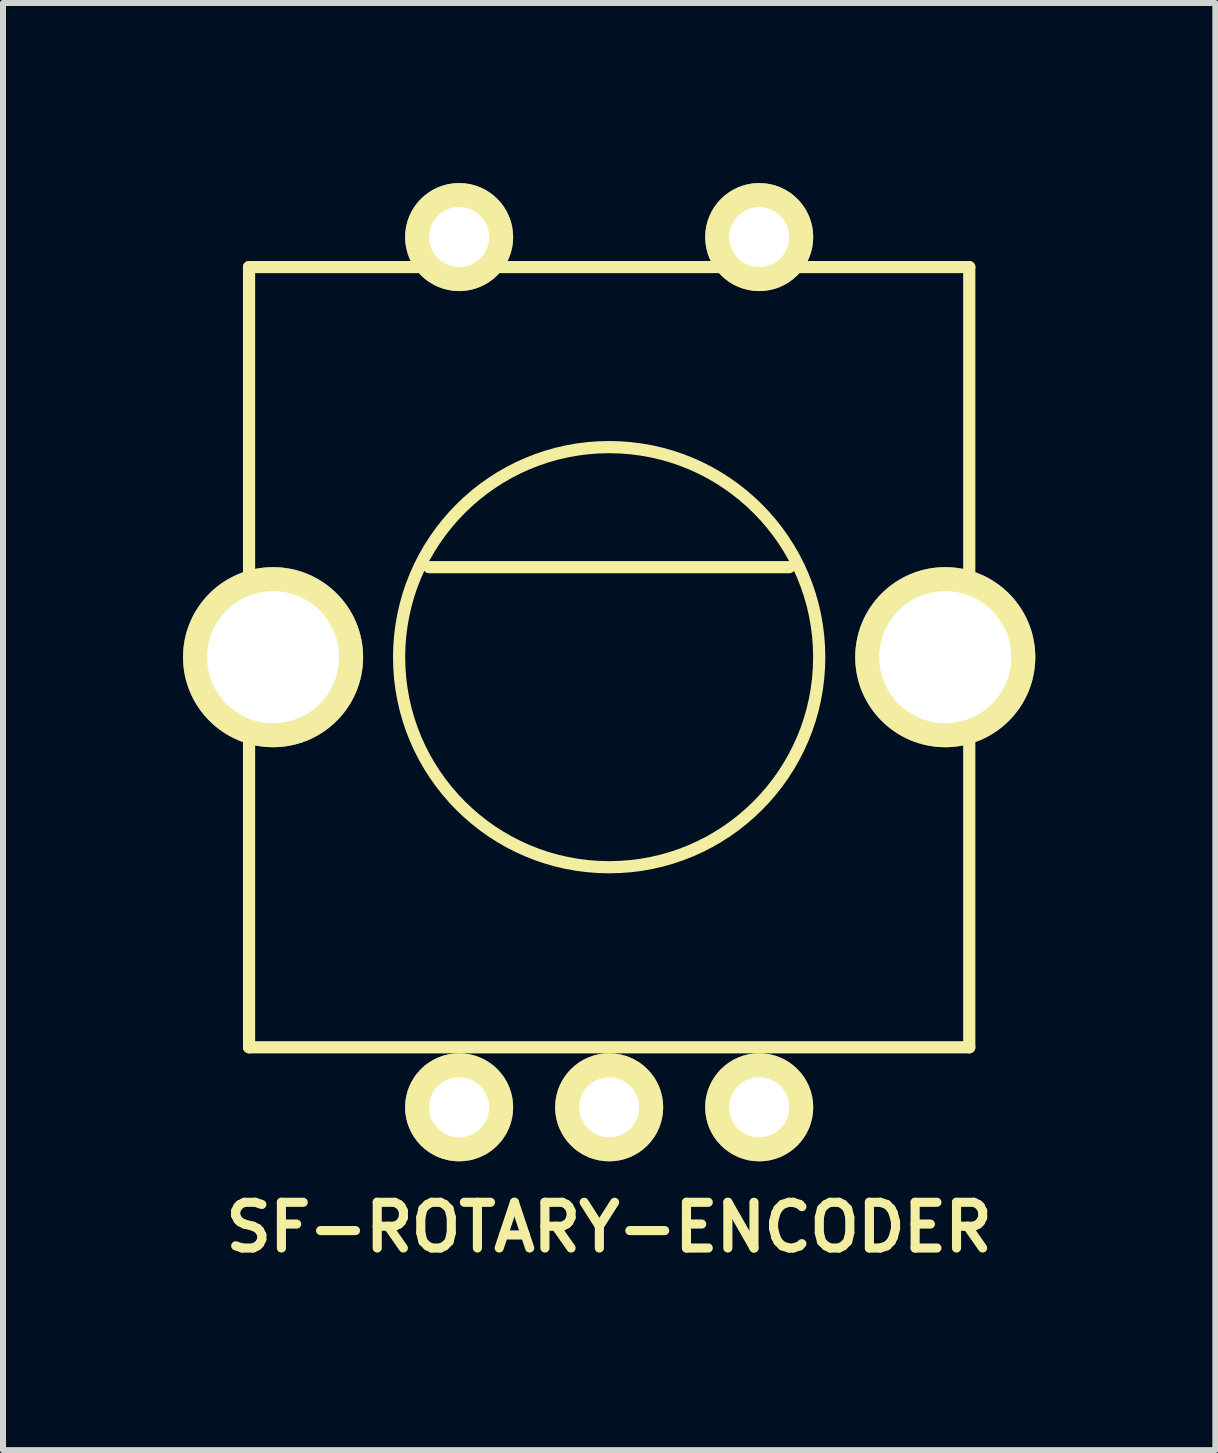
<source format=kicad_pcb>
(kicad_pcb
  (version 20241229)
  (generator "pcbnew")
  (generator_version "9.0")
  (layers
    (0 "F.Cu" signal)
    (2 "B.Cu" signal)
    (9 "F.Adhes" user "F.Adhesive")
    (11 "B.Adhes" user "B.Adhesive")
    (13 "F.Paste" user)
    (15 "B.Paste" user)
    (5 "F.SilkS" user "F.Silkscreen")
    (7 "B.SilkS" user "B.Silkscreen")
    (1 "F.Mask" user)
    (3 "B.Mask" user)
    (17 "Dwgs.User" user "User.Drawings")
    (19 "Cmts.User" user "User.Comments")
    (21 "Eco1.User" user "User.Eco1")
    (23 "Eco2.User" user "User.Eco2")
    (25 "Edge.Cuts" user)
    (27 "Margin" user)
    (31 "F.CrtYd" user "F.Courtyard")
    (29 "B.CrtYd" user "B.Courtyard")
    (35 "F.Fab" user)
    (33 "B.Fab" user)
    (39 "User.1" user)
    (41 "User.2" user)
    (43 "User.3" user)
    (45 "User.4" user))
  (footprint "SF-ROTARY-ENCODER"
    (layer "F.Cu")
    (at 7.1 7.9)
    (property "Reference" "SF-ROTARY-ENCODER" (at 0 9.5 0) (layer "F.SilkS") (effects (font (size 0.762 0.762) (thickness 0.152))))
    (attr through_hole)
    (fp_line (start -6 -6.5) (end 6 -6.5) (stroke (width 0.203) (type solid)) (layer "F.SilkS"))
    (fp_line (start -6 6.5) (end -6 -6.5) (stroke (width 0.203) (type solid)) (layer "F.SilkS"))
    (fp_line (start 3 -1.5) (end -3 -1.5) (stroke (width 0.203) (type solid)) (layer "F.SilkS"))
    (fp_line (start 6 -6.5) (end 6 6.5) (stroke (width 0.203) (type solid)) (layer "F.SilkS"))
    (fp_line (start 6 6.5) (end -6 6.5) (stroke (width 0.203) (type solid)) (layer "F.SilkS"))
    (fp_circle (center 0 0) (end 3.5 0) (stroke (width 0.203) (type solid)) (fill no) (layer "F.SilkS"))
    (pad "" thru_hole circle (at -5.6 0) (size 3 3) (drill 2.2) (layers "*.Cu" "*.Mask" "F.SilkS"))
    (pad "" thru_hole circle (at 5.6 0) (size 3 3) (drill 2.2) (layers "*.Cu" "*.Mask" "F.SilkS"))
    (pad "1" thru_hole circle (at -2.5 7.5) (size 1.8 1.8) (drill 1) (layers "*.Cu" "*.Mask" "F.SilkS"))
    (pad "2" thru_hole circle (at 0 7.5) (size 1.8 1.8) (drill 1) (layers "*.Cu" "*.Mask" "F.SilkS"))
    (pad "3" thru_hole circle (at 2.5 7.5) (size 1.8 1.8) (drill 1) (layers "*.Cu" "*.Mask" "F.SilkS"))
    (pad "4" thru_hole circle (at -2.5 -7) (size 1.8 1.8) (drill 1) (layers "*.Cu" "*.Mask" "F.SilkS"))
    (pad "5" thru_hole circle (at 2.5 -7) (size 1.8 1.8) (drill 1) (layers "*.Cu" "*.Mask" "F.SilkS")))
  (gr_rect
    (start -3 -3)
    (end 17.2 21.113)
    (stroke (width 0.1) (type default))
    (fill no)
    (layer "Edge.Cuts")))
</source>
